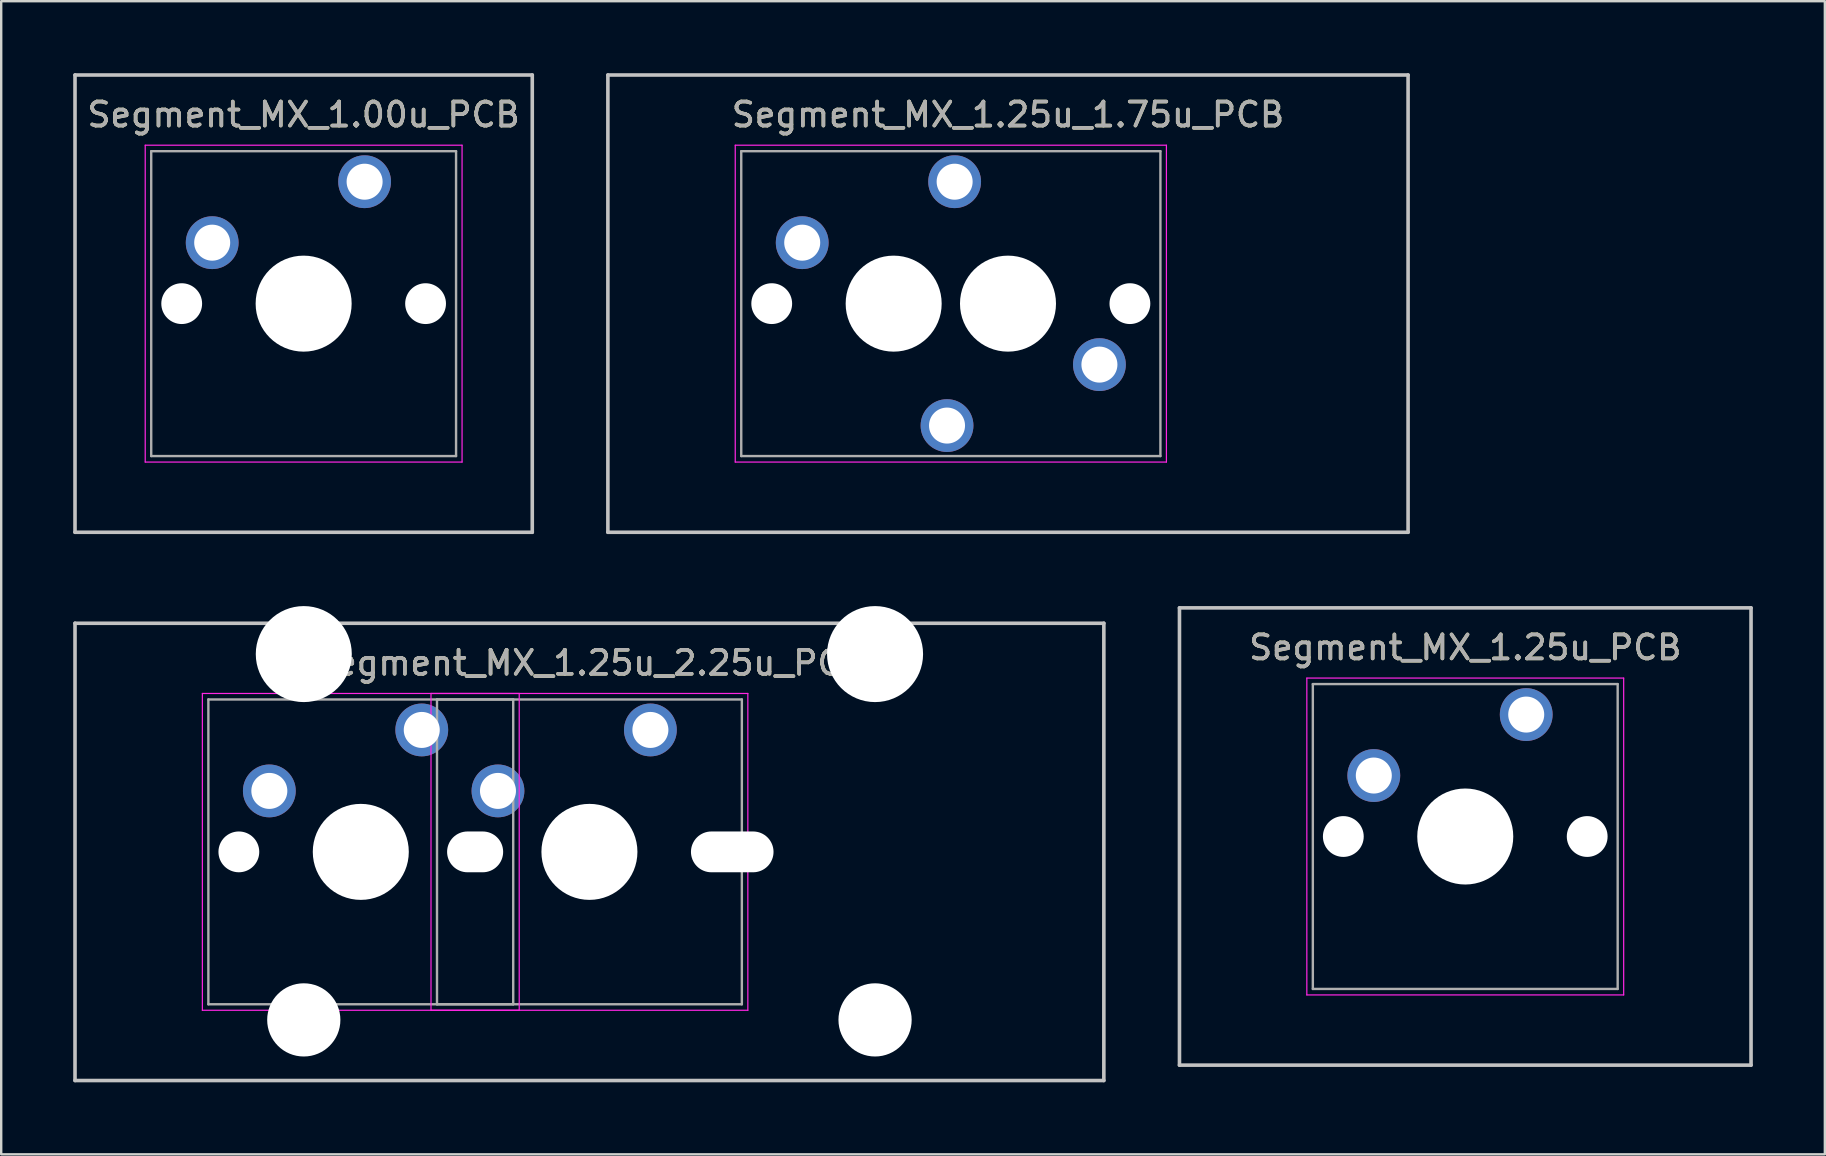
<source format=kicad_pcb>
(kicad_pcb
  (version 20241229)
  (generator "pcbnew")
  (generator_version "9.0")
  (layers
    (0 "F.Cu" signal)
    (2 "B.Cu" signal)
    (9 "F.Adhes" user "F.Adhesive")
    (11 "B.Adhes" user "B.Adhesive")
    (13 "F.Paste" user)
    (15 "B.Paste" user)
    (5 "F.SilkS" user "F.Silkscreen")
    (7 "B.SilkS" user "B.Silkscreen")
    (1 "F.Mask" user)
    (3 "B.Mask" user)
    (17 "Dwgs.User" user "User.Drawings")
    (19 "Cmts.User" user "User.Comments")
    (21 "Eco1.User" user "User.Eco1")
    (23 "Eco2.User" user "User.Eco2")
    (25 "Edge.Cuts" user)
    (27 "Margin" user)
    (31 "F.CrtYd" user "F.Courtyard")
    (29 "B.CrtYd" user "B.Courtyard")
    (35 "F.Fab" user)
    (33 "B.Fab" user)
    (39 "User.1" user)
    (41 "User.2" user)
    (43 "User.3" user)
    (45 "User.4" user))
  (footprint "Segment_MX_1.25u_1.75u_PCB"
    (layer "F.Cu")
    (at 34.181 9.6)
    (property "Reference" "Segment_MX_1.25u_1.75u_PCB" (at 4.763 -7.874 0) (layer "F.SilkS") (effects (font (size 1 1) (thickness 0.15))))
    (attr through_hole)
    (fp_line (start -11.906 -9.525) (end 21.431 -9.525) (stroke (width 0.15) (type solid)) (layer "Dwgs.User"))
    (fp_line (start -11.906 9.525) (end -11.906 -9.525) (stroke (width 0.15) (type solid)) (layer "Dwgs.User"))
    (fp_line (start 21.431 -9.525) (end 21.431 9.525) (stroke (width 0.15) (type solid)) (layer "Dwgs.User"))
    (fp_line (start 21.431 9.525) (end -11.906 9.525) (stroke (width 0.15) (type solid)) (layer "Dwgs.User"))
    (fp_line (start -6.6 -6.6) (end 11.363 -6.6) (stroke (width 0.05) (type solid)) (layer "F.CrtYd"))
    (fp_line (start -6.6 6.6) (end -6.6 -6.6) (stroke (width 0.05) (type solid)) (layer "F.CrtYd"))
    (fp_line (start 11.363 -6.6) (end 11.363 6.6) (stroke (width 0.05) (type solid)) (layer "F.CrtYd"))
    (fp_line (start 11.363 6.6) (end -6.6 6.6) (stroke (width 0.05) (type solid)) (layer "F.CrtYd"))
    (fp_line (start -6.35 -6.35) (end 11.113 -6.35) (stroke (width 0.1) (type solid)) (layer "F.Fab"))
    (fp_line (start -6.35 6.35) (end -6.35 -6.35) (stroke (width 0.1) (type solid)) (layer "F.Fab"))
    (fp_line (start 11.113 -6.35) (end 11.113 6.35) (stroke (width 0.1) (type solid)) (layer "F.Fab"))
    (fp_line (start 11.113 6.35) (end -6.35 6.35) (stroke (width 0.1) (type solid)) (layer "F.Fab"))
    (fp_text user "${REFERENCE}" (at 4.763 -7.874 0) (layer "F.Fab") (effects (font (size 1 1) (thickness 0.15))))
    (pad "" np_thru_hole circle (at -5.08 0) (size 1.7 1.7) (drill 1.7) (layers "*.Cu" "*.Mask"))
    (pad "" np_thru_hole circle (at -0.318 0) (size 1.7 1.7) (drill 1.7) (layers "*.Cu" "*.Mask"))
    (pad "" np_thru_hole circle (at 0 0) (size 4 4) (drill 4) (layers "*.Cu" "*.Mask"))
    (pad "" np_thru_hole circle (at 4.763 0 180) (size 4 4) (drill 4) (layers "*.Cu" "*.Mask"))
    (pad "" np_thru_hole circle (at 5.08 0) (size 1.7 1.7) (drill 1.7) (layers "*.Cu" "*.Mask"))
    (pad "" np_thru_hole circle (at 9.842 0) (size 1.7 1.7) (drill 1.7) (layers "*.Cu" "*.Mask"))
    (pad "1" thru_hole circle (at -3.81 -2.54) (size 2.2 2.2) (drill 1.5) (layers "*.Cu" "*.Mask"))
    (pad "1" thru_hole circle (at 2.223 5.08 180) (size 2.2 2.2) (drill 1.5) (layers "*.Cu" "*.Mask"))
    (pad "2" thru_hole circle (at 2.54 -5.08) (size 2.2 2.2) (drill 1.5) (layers "*.Cu" "*.Mask"))
    (pad "2" thru_hole circle (at 8.572 2.54 180) (size 2.2 2.2) (drill 1.5) (layers "*.Cu" "*.Mask")))
  (footprint "Segment_MX_1.00u_PCB"
    (layer "F.Cu")
    (at 9.6 9.6)
    (property "Reference" "Segment_MX_1.00u_PCB" (at 0 -7.874 0) (layer "F.SilkS") (effects (font (size 1 1) (thickness 0.15))))
    (attr through_hole)
    (fp_line (start -9.525 -9.525) (end 9.525 -9.525) (stroke (width 0.15) (type solid)) (layer "Dwgs.User"))
    (fp_line (start -9.525 9.525) (end -9.525 -9.525) (stroke (width 0.15) (type solid)) (layer "Dwgs.User"))
    (fp_line (start 9.525 -9.525) (end 9.525 9.525) (stroke (width 0.15) (type solid)) (layer "Dwgs.User"))
    (fp_line (start 9.525 9.525) (end -9.525 9.525) (stroke (width 0.15) (type solid)) (layer "Dwgs.User"))
    (fp_line (start -6.6 -6.6) (end 6.6 -6.6) (stroke (width 0.05) (type solid)) (layer "F.CrtYd"))
    (fp_line (start -6.6 6.6) (end -6.6 -6.6) (stroke (width 0.05) (type solid)) (layer "F.CrtYd"))
    (fp_line (start 6.6 -6.6) (end 6.6 6.6) (stroke (width 0.05) (type solid)) (layer "F.CrtYd"))
    (fp_line (start 6.6 6.6) (end -6.6 6.6) (stroke (width 0.05) (type solid)) (layer "F.CrtYd"))
    (fp_line (start -6.35 -6.35) (end 6.35 -6.35) (stroke (width 0.1) (type solid)) (layer "F.Fab"))
    (fp_line (start -6.35 6.35) (end -6.35 -6.35) (stroke (width 0.1) (type solid)) (layer "F.Fab"))
    (fp_line (start 6.35 -6.35) (end 6.35 6.35) (stroke (width 0.1) (type solid)) (layer "F.Fab"))
    (fp_line (start 6.35 6.35) (end -6.35 6.35) (stroke (width 0.1) (type solid)) (layer "F.Fab"))
    (fp_text user "${REFERENCE}" (at 0 -7.874 0) (layer "F.Fab") (effects (font (size 1 1) (thickness 0.15))))
    (pad "" np_thru_hole circle (at -5.08 0) (size 1.7 1.7) (drill 1.7) (layers "*.Cu" "*.Mask"))
    (pad "" np_thru_hole circle (at 0 0) (size 4 4) (drill 4) (layers "*.Cu" "*.Mask"))
    (pad "" np_thru_hole circle (at 5.08 0) (size 1.7 1.7) (drill 1.7) (layers "*.Cu" "*.Mask"))
    (pad "1" thru_hole circle (at 2.54 -5.08) (size 2.2 2.2) (drill 1.5) (layers "*.Cu" "*.Mask"))
    (pad "2" thru_hole circle (at -3.81 -2.54) (size 2.2 2.2) (drill 1.5) (layers "*.Cu" "*.Mask")))
  (footprint "Segment_MX_1.25u_2.25u_PCB"
    (layer "F.Cu")
    (at 11.981 32.44)
    (property "Reference" "Segment_MX_1.25u_2.25u_PCB" (at 9.525 -7.874 0) (layer "F.SilkS") (effects (font (size 1 1) (thickness 0.15))))
    (attr through_hole)
    (fp_line (start -11.906 -9.525) (end 30.956 -9.525) (stroke (width 0.15) (type solid)) (layer "Dwgs.User"))
    (fp_line (start -11.906 9.525) (end -11.906 -9.525) (stroke (width 0.15) (type solid)) (layer "Dwgs.User"))
    (fp_line (start 30.956 -9.525) (end 30.956 9.525) (stroke (width 0.15) (type solid)) (layer "Dwgs.User"))
    (fp_line (start 30.956 9.525) (end -11.906 9.525) (stroke (width 0.15) (type solid)) (layer "Dwgs.User"))
    (fp_line (start -6.6 -6.6) (end 6.6 -6.6) (stroke (width 0.05) (type solid)) (layer "F.CrtYd"))
    (fp_line (start -6.6 6.6) (end -6.6 -6.6) (stroke (width 0.05) (type solid)) (layer "F.CrtYd"))
    (fp_line (start 2.925 -6.6) (end 16.125 -6.6) (stroke (width 0.05) (type solid)) (layer "F.CrtYd"))
    (fp_line (start 2.925 6.6) (end 2.925 -6.6) (stroke (width 0.05) (type solid)) (layer "F.CrtYd"))
    (fp_line (start 6.6 -6.6) (end 6.6 6.6) (stroke (width 0.05) (type solid)) (layer "F.CrtYd"))
    (fp_line (start 6.6 6.6) (end -6.6 6.6) (stroke (width 0.05) (type solid)) (layer "F.CrtYd"))
    (fp_line (start 16.125 -6.6) (end 16.125 6.6) (stroke (width 0.05) (type solid)) (layer "F.CrtYd"))
    (fp_line (start 16.125 6.6) (end 2.925 6.6) (stroke (width 0.05) (type solid)) (layer "F.CrtYd"))
    (fp_line (start -6.35 -6.35) (end 6.35 -6.35) (stroke (width 0.1) (type solid)) (layer "F.Fab"))
    (fp_line (start -6.35 6.35) (end -6.35 -6.35) (stroke (width 0.1) (type solid)) (layer "F.Fab"))
    (fp_line (start 3.175 -6.35) (end 15.875 -6.35) (stroke (width 0.1) (type solid)) (layer "F.Fab"))
    (fp_line (start 3.175 6.35) (end 3.175 -6.35) (stroke (width 0.1) (type solid)) (layer "F.Fab"))
    (fp_line (start 6.35 -6.35) (end 6.35 6.35) (stroke (width 0.1) (type solid)) (layer "F.Fab"))
    (fp_line (start 6.35 6.35) (end -6.35 6.35) (stroke (width 0.1) (type solid)) (layer "F.Fab"))
    (fp_line (start 15.875 -6.35) (end 15.875 6.35) (stroke (width 0.1) (type solid)) (layer "F.Fab"))
    (fp_line (start 15.875 6.35) (end 3.175 6.35) (stroke (width 0.1) (type solid)) (layer "F.Fab"))
    (fp_text user "${REFERENCE}" (at 9.525 -7.874 0) (layer "F.Fab") (effects (font (size 1 1) (thickness 0.15))))
    (pad "" np_thru_hole circle (at -5.08 0) (size 1.7 1.7) (drill 1.7) (layers "*.Cu" "*.Mask"))
    (pad "" np_thru_hole circle (at -2.375 -8.24 180) (size 4 4) (drill 4) (layers "*.Cu" "*.Mask"))
    (pad "" np_thru_hole circle (at -2.375 7 180) (size 3.05 3.05) (drill 3.05) (layers "*.Cu" "*.Mask"))
    (pad "" np_thru_hole circle (at 0 0) (size 4 4) (drill 4) (layers "*.Cu" "*.Mask"))
    (pad "" np_thru_hole oval (at 4.763 0) (size 2.335 1.7) (drill oval 2.335 1.7) (layers "*.Cu" "*.Mask"))
    (pad "" np_thru_hole circle (at 9.525 0) (size 4 4) (drill 4) (layers "*.Cu" "*.Mask"))
    (pad "" np_thru_hole oval (at 15.475 0) (size 3.44 1.7) (drill oval 3.44 1.7) (layers "*.Cu" "*.Mask"))
    (pad "" np_thru_hole circle (at 21.425 -8.24 180) (size 4 4) (drill 4) (layers "*.Cu" "*.Mask"))
    (pad "" np_thru_hole circle (at 21.425 7 180) (size 3.05 3.05) (drill 3.05) (layers "*.Cu" "*.Mask"))
    (pad "1" thru_hole circle (at 2.54 -5.08) (size 2.2 2.2) (drill 1.5) (layers "*.Cu" "*.Mask"))
    (pad "1" thru_hole circle (at 12.065 -5.08) (size 2.2 2.2) (drill 1.5) (layers "*.Cu" "*.Mask"))
    (pad "2" thru_hole circle (at -3.81 -2.54) (size 2.2 2.2) (drill 1.5) (layers "*.Cu" "*.Mask"))
    (pad "2" thru_hole circle (at 5.715 -2.54) (size 2.2 2.2) (drill 1.5) (layers "*.Cu" "*.Mask")))
  (footprint "Segment_MX_1.25u_PCB"
    (layer "F.Cu")
    (at 57.994 31.8)
    (property "Reference" "Segment_MX_1.25u_PCB" (at 0 -7.874 0) (layer "F.SilkS") (effects (font (size 1 1) (thickness 0.15))))
    (attr through_hole)
    (fp_line (start -11.906 -9.525) (end 11.906 -9.525) (stroke (width 0.15) (type solid)) (layer "Dwgs.User"))
    (fp_line (start -11.906 9.525) (end -11.906 -9.525) (stroke (width 0.15) (type solid)) (layer "Dwgs.User"))
    (fp_line (start 11.906 -9.525) (end 11.906 9.525) (stroke (width 0.15) (type solid)) (layer "Dwgs.User"))
    (fp_line (start 11.906 9.525) (end -11.906 9.525) (stroke (width 0.15) (type solid)) (layer "Dwgs.User"))
    (fp_line (start -6.6 -6.6) (end 6.6 -6.6) (stroke (width 0.05) (type solid)) (layer "F.CrtYd"))
    (fp_line (start -6.6 6.6) (end -6.6 -6.6) (stroke (width 0.05) (type solid)) (layer "F.CrtYd"))
    (fp_line (start 6.6 -6.6) (end 6.6 6.6) (stroke (width 0.05) (type solid)) (layer "F.CrtYd"))
    (fp_line (start 6.6 6.6) (end -6.6 6.6) (stroke (width 0.05) (type solid)) (layer "F.CrtYd"))
    (fp_line (start -6.35 -6.35) (end 6.35 -6.35) (stroke (width 0.1) (type solid)) (layer "F.Fab"))
    (fp_line (start -6.35 6.35) (end -6.35 -6.35) (stroke (width 0.1) (type solid)) (layer "F.Fab"))
    (fp_line (start 6.35 -6.35) (end 6.35 6.35) (stroke (width 0.1) (type solid)) (layer "F.Fab"))
    (fp_line (start 6.35 6.35) (end -6.35 6.35) (stroke (width 0.1) (type solid)) (layer "F.Fab"))
    (fp_text user "${REFERENCE}" (at 0 -7.874 0) (layer "F.Fab") (effects (font (size 1 1) (thickness 0.15))))
    (pad "" np_thru_hole circle (at -5.08 0) (size 1.7 1.7) (drill 1.7) (layers "*.Cu" "*.Mask"))
    (pad "" np_thru_hole circle (at 0 0) (size 4 4) (drill 4) (layers "*.Cu" "*.Mask"))
    (pad "" np_thru_hole circle (at 5.08 0) (size 1.7 1.7) (drill 1.7) (layers "*.Cu" "*.Mask"))
    (pad "1" thru_hole circle (at -3.81 -2.54) (size 2.2 2.2) (drill 1.5) (layers "*.Cu" "*.Mask"))
    (pad "2" thru_hole circle (at 2.54 -5.08) (size 2.2 2.2) (drill 1.5) (layers "*.Cu" "*.Mask")))
  (gr_rect
    (start -3 -3)
    (end 72.975 45.04)
    (stroke (width 0.1) (type default))
    (fill no)
    (layer "Edge.Cuts")))
</source>
